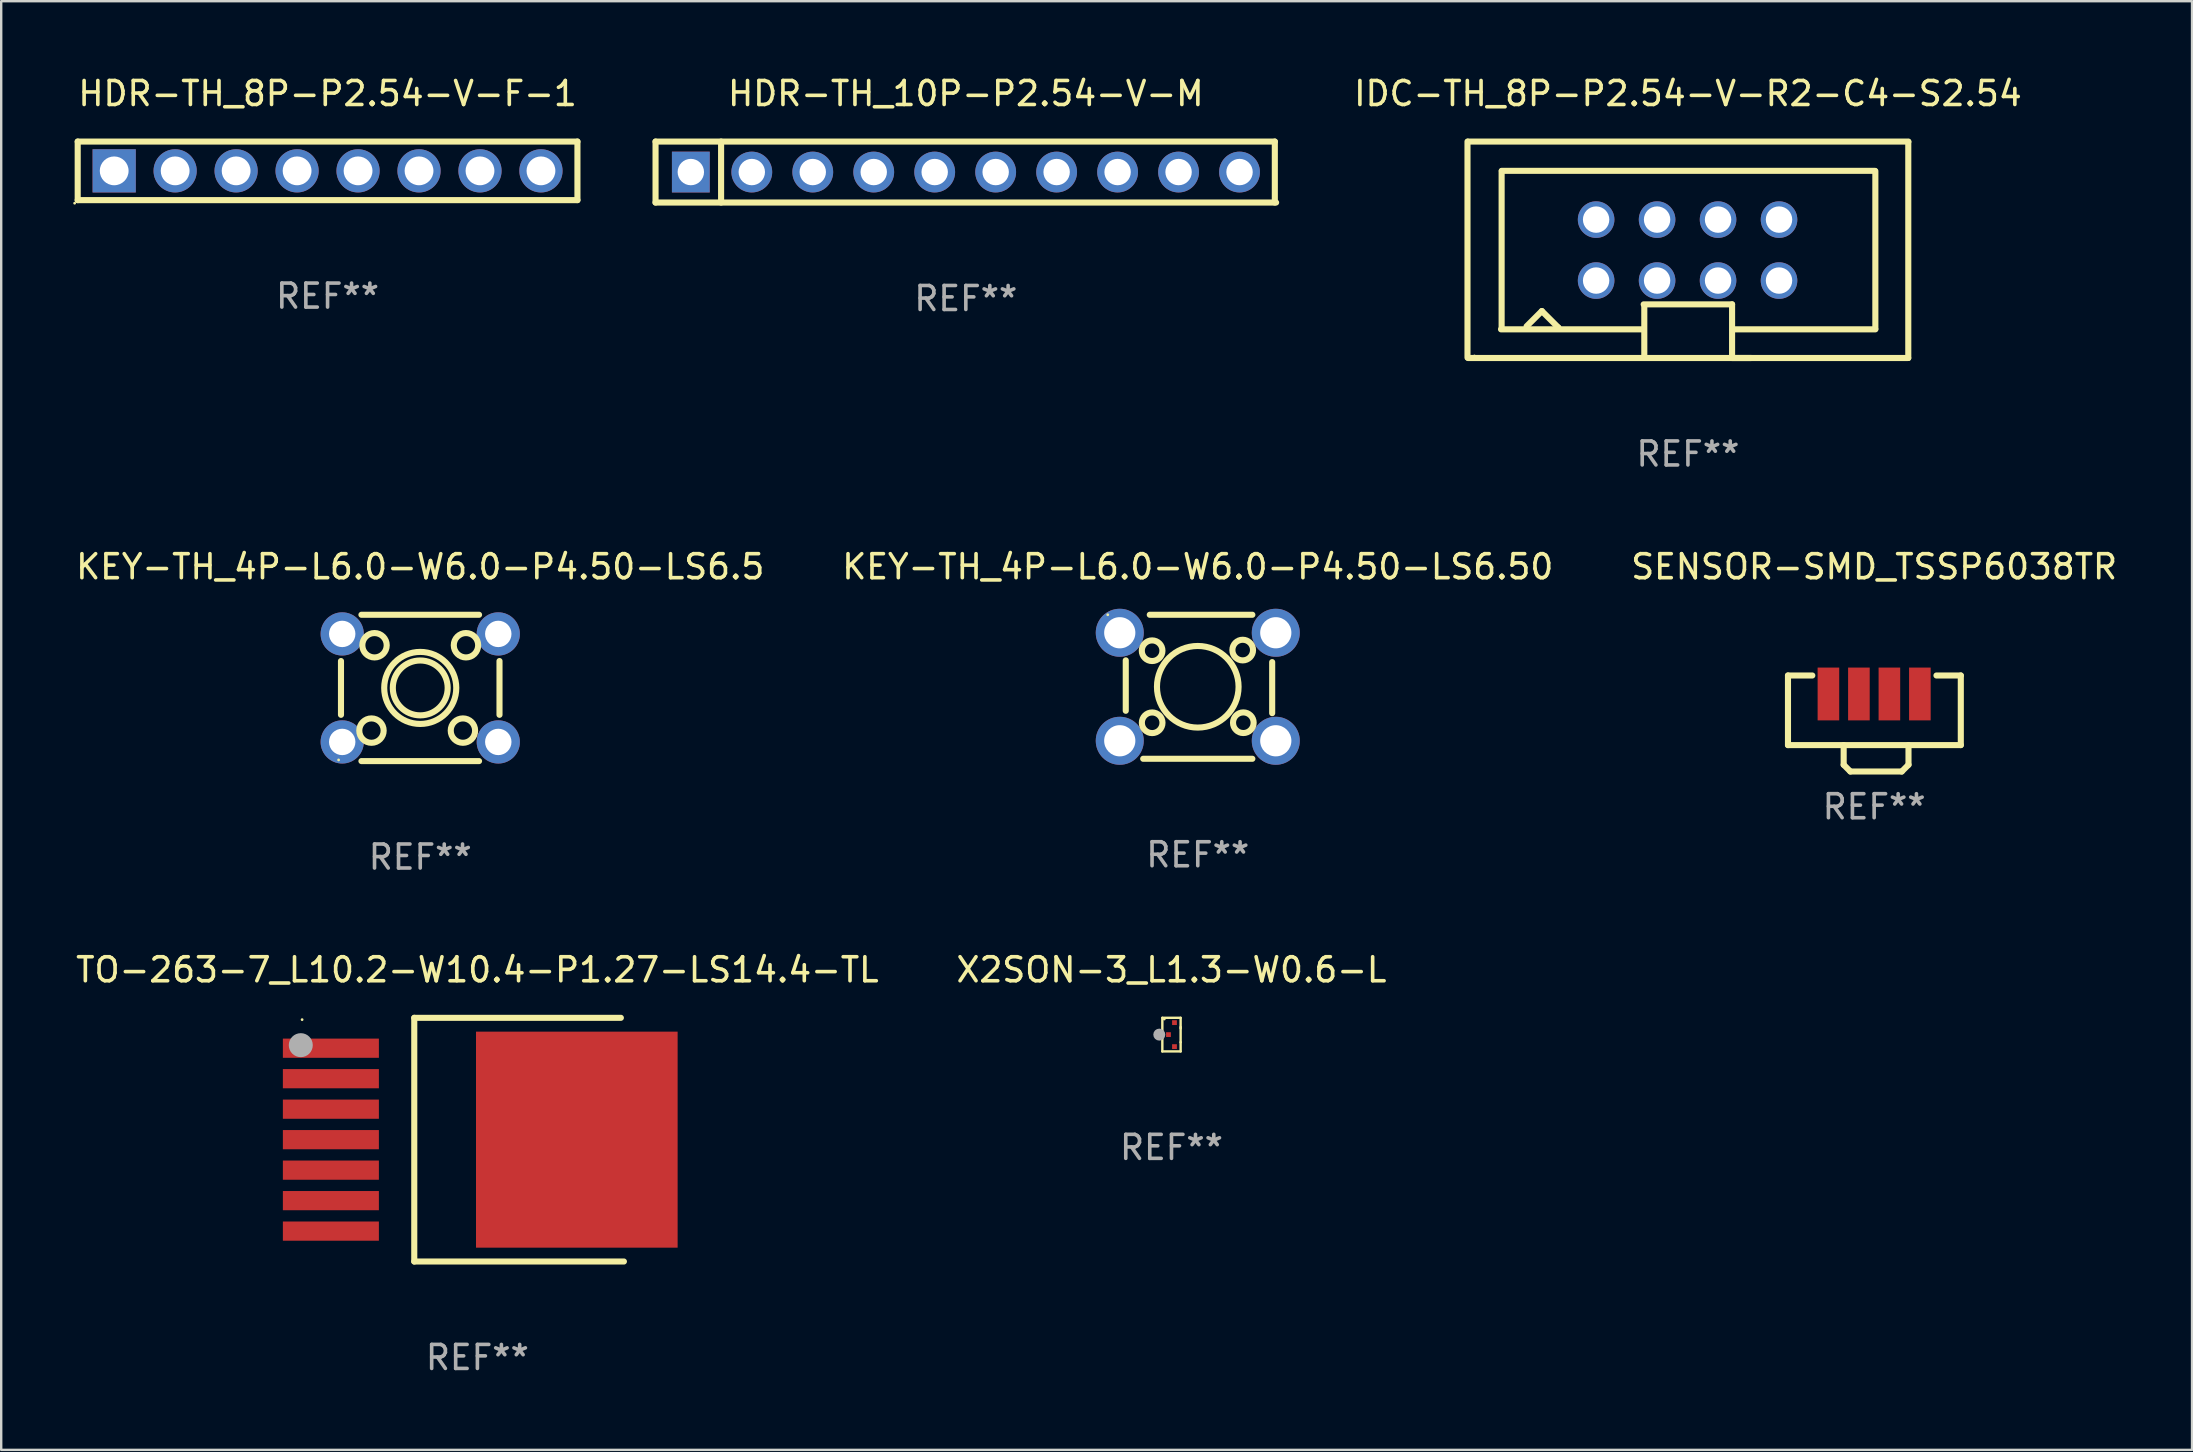
<source format=kicad_pcb>
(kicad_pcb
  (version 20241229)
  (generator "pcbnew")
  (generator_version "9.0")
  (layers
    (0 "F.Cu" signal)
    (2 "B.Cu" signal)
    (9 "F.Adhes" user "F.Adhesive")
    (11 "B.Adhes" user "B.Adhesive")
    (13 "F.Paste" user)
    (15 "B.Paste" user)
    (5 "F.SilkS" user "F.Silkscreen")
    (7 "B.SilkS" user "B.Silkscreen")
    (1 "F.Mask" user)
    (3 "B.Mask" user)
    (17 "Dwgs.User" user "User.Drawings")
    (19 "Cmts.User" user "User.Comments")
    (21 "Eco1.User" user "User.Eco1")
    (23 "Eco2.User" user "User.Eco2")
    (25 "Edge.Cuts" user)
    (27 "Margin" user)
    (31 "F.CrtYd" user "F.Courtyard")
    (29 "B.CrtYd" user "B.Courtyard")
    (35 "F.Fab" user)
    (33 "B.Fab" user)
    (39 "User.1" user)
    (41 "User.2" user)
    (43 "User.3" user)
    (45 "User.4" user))
  (footprint "X2SON-3_L1.3-W0.6-L"
    (layer "F.Cu")
    (at 45.756 40.054)
    (property "Reference" "X2SON-3_L1.3-W0.6-L" (at 0.000051 -2.7 0) (layer "F.SilkS") (effects (font (size 1 1) (thickness 0.15))))
    (attr through_hole)
    (fp_line (start -0.381 -0.7) (end -0.381 0.7) (stroke (width 0.1) (type solid)) (layer "F.SilkS"))
    (fp_line (start -0.381 -0.7) (end 0.381 -0.7) (stroke (width 0.1) (type solid)) (layer "F.SilkS"))
    (fp_line (start -0.381 0.7) (end 0.381 0.7) (stroke (width 0.1) (type solid)) (layer "F.SilkS"))
    (fp_line (start 0.381 -0.315) (end 0.381 0.315) (stroke (width 0.1) (type solid)) (layer "F.SilkS"))
    (fp_line (start 0.381 -0.262) (end 0.381 -0.7) (stroke (width 0.1) (type solid)) (layer "F.SilkS"))
    (fp_line (start 0.381 0.7) (end 0.381 0.315) (stroke (width 0.1) (type solid)) (layer "F.SilkS"))
    (fp_circle (center -0.3 -0.65) (end -0.27 -0.65) (stroke (width 0.06) (type solid)) (fill no) (layer "F.SilkS"))
    (fp_circle (center -0.508 -0.000127) (end -0.383 -0.000127) (stroke (width 0.25) (type solid)) (fill no) (layer "F.Fab"))
    (fp_text user "REF**" (at 0.000051 4.7 0) (layer "F.Fab") (effects (font (size 1 1) (thickness 0.15))))
    (pad "1" smd rect (at -0.125 -0.000127) (size 0.2 0.2) (layers "F.Cu" "F.Mask" "F.Paste"))
    (pad "2" smd rect (at 0.125 0.5) (size 0.2 0.2) (layers "F.Cu" "F.Mask" "F.Paste"))
    (pad "3" smd rect (at 0.125 -0.5) (size 0.2 0.2) (layers "F.Cu" "F.Mask" "F.Paste")))
  (footprint "SENSOR-SMD_TSSP6038TR"
    (layer "F.Cu")
    (at 75.03 25.862)
    (property "Reference" "SENSOR-SMD_TSSP6038TR" (at 0 -5.3 0) (layer "F.SilkS") (effects (font (size 1 1) (thickness 0.15))))
    (attr through_hole)
    (fp_line (start -3.59 -0.77) (end -2.576 -0.77) (stroke (width 0.254) (type solid)) (layer "F.SilkS"))
    (fp_line (start -3.59 2.13) (end -3.59 -0.77) (stroke (width 0.254) (type solid)) (layer "F.SilkS"))
    (fp_line (start -1.27 2.95) (end -1.27 2.13) (stroke (width 0.254) (type solid)) (layer "F.SilkS"))
    (fp_line (start -0.99 3.23) (end -1.27 2.95) (stroke (width 0.254) (type solid)) (layer "F.SilkS"))
    (fp_line (start 1.15 3.23) (end -0.99 3.23) (stroke (width 0.254) (type solid)) (layer "F.SilkS"))
    (fp_line (start 1.431 2.13) (end 1.431 2.949) (stroke (width 0.254) (type solid)) (layer "F.SilkS"))
    (fp_line (start 1.431 2.949) (end 1.15 3.23) (stroke (width 0.254) (type solid)) (layer "F.SilkS"))
    (fp_line (start 2.596 -0.77) (end 3.61 -0.77) (stroke (width 0.254) (type solid)) (layer "F.SilkS"))
    (fp_line (start 3.61 -0.77) (end 3.61 2.13) (stroke (width 0.254) (type solid)) (layer "F.SilkS"))
    (fp_line (start 3.61 2.13) (end -3.59 2.13) (stroke (width 0.254) (type solid)) (layer "F.SilkS"))
    (fp_circle (center 3.61 -0.77) (end 3.58 -0.77) (stroke (width 0.06) (type solid)) (fill no) (layer "F.SilkS"))
    (fp_text user "REF**" (at 0 4.7 0) (layer "F.Fab") (effects (font (size 1 1) (thickness 0.15))))
    (pad "1" smd rect (at -1.905 0) (size 0.9 2.2) (layers "F.Cu" "F.Mask" "F.Paste"))
    (pad "2" smd rect (at -0.635 0) (size 0.9 2.2) (layers "F.Cu" "F.Mask" "F.Paste"))
    (pad "3" smd rect (at 0.635 0) (size 0.9 2.2) (layers "F.Cu" "F.Mask" "F.Paste"))
    (pad "4" smd rect (at 1.905 0) (size 0.9 2.2) (layers "F.Cu" "F.Mask" "F.Paste")))
  (footprint "HDR-TH_8P-P2.54-V-F-1"
    (layer "F.Cu")
    (at 10.597 4.068)
    (property "Reference" "HDR-TH_8P-P2.54-V-F-1" (at 0 -3.22 0) (layer "F.SilkS") (effects (font (size 1 1) (thickness 0.15))))
    (attr through_hole)
    (fp_line (start -10.41 -1.22) (end 10.41 -1.22) (stroke (width 0.254) (type solid)) (layer "F.SilkS"))
    (fp_line (start -10.41 1.22) (end -10.41 -1.22) (stroke (width 0.254) (type solid)) (layer "F.SilkS"))
    (fp_line (start 10.41 -1.22) (end 10.41 1.22) (stroke (width 0.254) (type solid)) (layer "F.SilkS"))
    (fp_line (start 10.41 1.22) (end -10.41 1.22) (stroke (width 0.254) (type solid)) (layer "F.SilkS"))
    (fp_circle (center -10.537 1.347) (end -10.507 1.347) (stroke (width 0.06) (type solid)) (fill no) (layer "F.SilkS"))
    (fp_text user "REF**" (at 0 5.22 0) (layer "F.Fab") (effects (font (size 1 1) (thickness 0.15))))
    (pad "1" thru_hole rect (at -8.89 0) (size 1.8 1.8) (drill 1.2) (layers "*.Cu" "*.Mask"))
    (pad "2" thru_hole circle (at -6.35 0) (size 1.8 1.8) (drill 1.2) (layers "*.Cu" "*.Mask"))
    (pad "3" thru_hole circle (at -3.81 0) (size 1.8 1.8) (drill 1.2) (layers "*.Cu" "*.Mask"))
    (pad "4" thru_hole circle (at -1.27 0) (size 1.8 1.8) (drill 1.2) (layers "*.Cu" "*.Mask"))
    (pad "5" thru_hole circle (at 1.27 0) (size 1.8 1.8) (drill 1.2) (layers "*.Cu" "*.Mask"))
    (pad "6" thru_hole circle (at 3.81 0) (size 1.8 1.8) (drill 1.2) (layers "*.Cu" "*.Mask"))
    (pad "7" thru_hole circle (at 6.35 0) (size 1.8 1.8) (drill 1.2) (layers "*.Cu" "*.Mask"))
    (pad "8" thru_hole circle (at 8.89 0) (size 1.8 1.8) (drill 1.2) (layers "*.Cu" "*.Mask")))
  (footprint "HDR-TH_10P-P2.54-V-M"
    (layer "F.Cu")
    (at 37.161 4.118)
    (property "Reference" "HDR-TH_10P-P2.54-V-M" (at 0.027 -3.27 0) (layer "F.SilkS") (effects (font (size 1 1) (thickness 0.15))))
    (attr through_hole)
    (fp_line (start -12.9 -1.27) (end -12.9 1.27) (stroke (width 0.254) (type solid)) (layer "F.SilkS"))
    (fp_line (start -12.9 1.27) (end 12.954 1.27) (stroke (width 0.254) (type solid)) (layer "F.SilkS"))
    (fp_line (start -10.169 -1.27) (end -10.169 1.27) (stroke (width 0.254) (type solid)) (layer "F.SilkS"))
    (fp_line (start 12.9 -1.27) (end -12.9 -1.27) (stroke (width 0.254) (type solid)) (layer "F.SilkS"))
    (fp_line (start 12.9 -1.27) (end 12.9 1.27) (stroke (width 0.254) (type solid)) (layer "F.SilkS"))
    (fp_circle (center -12.7 1.25) (end -12.67 1.25) (stroke (width 0.06) (type solid)) (fill no) (layer "F.SilkS"))
    (fp_text user "REF**" (at 0.027 5.27 0) (layer "F.Fab") (effects (font (size 1 1) (thickness 0.15))))
    (pad "1" thru_hole rect (at -11.43 0) (size 1.575 1.7) (drill 1.1) (layers "*.Cu" "*.Mask"))
    (pad "2" thru_hole circle (at -8.89 0) (size 1.7 1.7) (drill 1.1) (layers "*.Cu" "*.Mask"))
    (pad "3" thru_hole circle (at -6.35 0) (size 1.7 1.7) (drill 1.1) (layers "*.Cu" "*.Mask"))
    (pad "4" thru_hole circle (at -3.81 0) (size 1.7 1.7) (drill 1.1) (layers "*.Cu" "*.Mask"))
    (pad "5" thru_hole circle (at -1.27 0) (size 1.7 1.7) (drill 1.1) (layers "*.Cu" "*.Mask"))
    (pad "6" thru_hole circle (at 1.27 0) (size 1.7 1.7) (drill 1.1) (layers "*.Cu" "*.Mask"))
    (pad "7" thru_hole circle (at 3.81 0) (size 1.7 1.7) (drill 1.1) (layers "*.Cu" "*.Mask"))
    (pad "8" thru_hole circle (at 6.35 0) (size 1.7 1.7) (drill 1.1) (layers "*.Cu" "*.Mask"))
    (pad "9" thru_hole circle (at 8.89 0) (size 1.7 1.7) (drill 1.1) (layers "*.Cu" "*.Mask"))
    (pad "10" thru_hole circle (at 11.43 0) (size 1.7 1.7) (drill 1.1) (layers "*.Cu" "*.Mask")))
  (footprint "KEY-TH_4P-L6.0-W6.0-P4.50-LS6.5"
    (layer "F.Cu")
    (at 14.458 25.61)
    (property "Reference" "KEY-TH_4P-L6.0-W6.0-P4.50-LS6.5" (at 0 -5.048 0) (layer "F.SilkS") (effects (font (size 1 1) (thickness 0.15))))
    (attr through_hole)
    (fp_line (start -3.302 -1.12) (end -3.302 1.12) (stroke (width 0.254) (type solid)) (layer "F.SilkS"))
    (fp_line (start -2.45 -3.048) (end 2.45 -3.048) (stroke (width 0.254) (type solid)) (layer "F.SilkS"))
    (fp_line (start -2.45 3.048) (end 2.45 3.048) (stroke (width 0.254) (type solid)) (layer "F.SilkS"))
    (fp_line (start 3.302 -1.12) (end 3.302 1.12) (stroke (width 0.254) (type solid)) (layer "F.SilkS"))
    (fp_circle (center -3.401 3) (end -3.371 3) (stroke (width 0.06) (type solid)) (fill no) (layer "F.SilkS"))
    (fp_circle (center -2.032 1.778) (end -1.524 1.778) (stroke (width 0.254) (type solid)) (fill no) (layer "F.SilkS"))
    (fp_circle (center -1.905 -1.778) (end -1.397 -1.778) (stroke (width 0.254) (type solid)) (fill no) (layer "F.SilkS"))
    (fp_circle (center 0 0) (end 1.143 0) (stroke (width 0.254) (type solid)) (fill no) (layer "F.SilkS"))
    (fp_circle (center 0 0) (end 1.501 0) (stroke (width 0.254) (type solid)) (fill no) (layer "F.SilkS"))
    (fp_circle (center 1.778 1.778) (end 2.286 1.778) (stroke (width 0.254) (type solid)) (fill no) (layer "F.SilkS"))
    (fp_circle (center 1.905 -1.778) (end 2.413 -1.778) (stroke (width 0.254) (type solid)) (fill no) (layer "F.SilkS"))
    (fp_text user "REF**" (at 0 7.048 0) (layer "F.Fab") (effects (font (size 1 1) (thickness 0.15))))
    (pad "1" thru_hole circle (at -3.251 2.25) (size 1.8 1.8) (drill 1.1) (layers "*.Cu" "*.Mask"))
    (pad "2" thru_hole circle (at 3.251 2.25) (size 1.8 1.8) (drill 1.1) (layers "*.Cu" "*.Mask"))
    (pad "3" thru_hole circle (at 3.251 -2.25) (size 1.8 1.8) (drill 1.1) (layers "*.Cu" "*.Mask"))
    (pad "4" thru_hole circle (at -3.251 -2.25) (size 1.8 1.8) (drill 1.1) (layers "*.Cu" "*.Mask")))
  (footprint "IDC-TH_8P-P2.54-V-R2-C4-S2.54"
    (layer "F.Cu")
    (at 67.257 7.369)
    (property "Reference" "IDC-TH_8P-P2.54-V-R2-C4-S2.54" (at 0.015 -6.521 0) (layer "F.SilkS") (effects (font (size 1 1) (thickness 0.15))))
    (attr through_hole)
    (fp_line (start -9.169 4.479) (end -9.169 -4.521) (stroke (width 0.254) (type solid)) (layer "F.SilkS"))
    (fp_line (start -9.144 4.496) (end 9.192 4.496) (stroke (width 0.254) (type solid)) (layer "F.SilkS"))
    (fp_line (start -9.141 -4.521) (end 9.2 -4.521) (stroke (width 0.254) (type solid)) (layer "F.SilkS"))
    (fp_line (start -7.772 3.302) (end -1.829 3.302) (stroke (width 0.254) (type solid)) (layer "F.SilkS"))
    (fp_line (start -7.747 3.277) (end -7.747 -3.293) (stroke (width 0.254) (type solid)) (layer "F.SilkS"))
    (fp_line (start -7.738 -3.302) (end 7.8 -3.302) (stroke (width 0.254) (type solid)) (layer "F.SilkS"))
    (fp_line (start -6.706 3.175) (end -6.071 2.54) (stroke (width 0.254) (type solid)) (layer "F.SilkS"))
    (fp_line (start -6.071 2.54) (end -5.385 3.226) (stroke (width 0.254) (type solid)) (layer "F.SilkS"))
    (fp_line (start -5.385 3.226) (end -5.385 3.251) (stroke (width 0.254) (type solid)) (layer "F.SilkS"))
    (fp_line (start -1.829 2.261) (end 1.854 2.261) (stroke (width 0.254) (type solid)) (layer "F.SilkS"))
    (fp_line (start -1.803 2.337) (end -1.803 4.496) (stroke (width 0.254) (type solid)) (layer "F.SilkS"))
    (fp_line (start 1.854 2.261) (end 1.854 4.496) (stroke (width 0.254) (type solid)) (layer "F.SilkS"))
    (fp_line (start 1.854 4.496) (end 2.667 4.496) (stroke (width 0.254) (type solid)) (layer "F.SilkS"))
    (fp_line (start 1.88 3.302) (end 7.823 3.302) (stroke (width 0.254) (type solid)) (layer "F.SilkS"))
    (fp_line (start 7.823 -3.293) (end 7.823 3.277) (stroke (width 0.254) (type solid)) (layer "F.SilkS"))
    (fp_line (start 9.195 -4.504) (end 9.195 4.496) (stroke (width 0.254) (type solid)) (layer "F.SilkS"))
    (fp_circle (center -8.879 4.412) (end -8.849 4.412) (stroke (width 0.06) (type solid)) (fill no) (layer "F.SilkS"))
    (fp_text user "REF**" (at 0.015 8.496 0) (layer "F.Fab") (effects (font (size 1 1) (thickness 0.15))))
    (pad "1" thru_hole circle (at -3.81 1.27) (size 1.524 1.524) (drill 1.1) (layers "*.Cu" "*.Mask"))
    (pad "2" thru_hole circle (at -3.81 -1.27) (size 1.524 1.524) (drill 1.1) (layers "*.Cu" "*.Mask"))
    (pad "3" thru_hole circle (at -1.27 1.27) (size 1.524 1.524) (drill 1.1) (layers "*.Cu" "*.Mask"))
    (pad "4" thru_hole circle (at -1.27 -1.27) (size 1.524 1.524) (drill 1.1) (layers "*.Cu" "*.Mask"))
    (pad "5" thru_hole circle (at 1.27 1.27) (size 1.524 1.524) (drill 1.1) (layers "*.Cu" "*.Mask"))
    (pad "6" thru_hole circle (at 1.27 -1.27) (size 1.524 1.524) (drill 1.1) (layers "*.Cu" "*.Mask"))
    (pad "7" thru_hole circle (at 3.81 1.27) (size 1.524 1.524) (drill 1.1) (layers "*.Cu" "*.Mask"))
    (pad "8" thru_hole circle (at 3.81 -1.27) (size 1.524 1.524) (drill 1.1) (layers "*.Cu" "*.Mask")))
  (footprint "TO-263-7_L10.2-W10.4-P1.27-LS14.4-TL"
    (layer "F.Cu")
    (at 15.858 44.43)
    (property "Reference" "TO-263-7_L10.2-W10.4-P1.27-LS14.4-TL" (at 0.981 -7.076 0) (layer "F.SilkS") (effects (font (size 1 1) (thickness 0.15))))
    (attr through_hole)
    (fp_line (start -1.649 -5.076) (end -1.649 5.076) (stroke (width 0.254) (type solid)) (layer "F.SilkS"))
    (fp_line (start -1.649 -5.076) (end 6.958 -5.076) (stroke (width 0.254) (type solid)) (layer "F.SilkS"))
    (fp_line (start -1.649 5.076) (end 7.085 5.076) (stroke (width 0.254) (type solid)) (layer "F.SilkS"))
    (fp_circle (center -6.322 -5) (end -6.292 -5) (stroke (width 0.06) (type solid)) (fill no) (layer "F.SilkS"))
    (fp_circle (center -6.377 -3.937) (end -6.127 -3.937) (stroke (width 0.5) (type solid)) (fill no) (layer "F.Fab"))
    (fp_text user "REF**" (at 0.981 9.076 0) (layer "F.Fab") (effects (font (size 1 1) (thickness 0.15))))
    (pad "1" smd rect (at -5.123 -3.81) (size 4 0.8) (layers "F.Cu" "F.Mask" "F.Paste"))
    (pad "2" smd rect (at -5.123 -2.54) (size 4 0.8) (layers "F.Cu" "F.Mask" "F.Paste"))
    (pad "3" smd rect (at -5.123 -1.27) (size 4 0.8) (layers "F.Cu" "F.Mask" "F.Paste"))
    (pad "4" smd rect (at -5.123 0) (size 4 0.8) (layers "F.Cu" "F.Mask" "F.Paste"))
    (pad "5" smd rect (at -5.123 1.27) (size 4 0.8) (layers "F.Cu" "F.Mask" "F.Paste"))
    (pad "6" smd rect (at -5.123 2.54) (size 4 0.8) (layers "F.Cu" "F.Mask" "F.Paste"))
    (pad "7" smd rect (at -5.123 3.81) (size 4 0.8) (layers "F.Cu" "F.Mask" "F.Paste"))
    (pad "8" smd rect (at 5.123 0) (size 8.4 9) (layers "F.Cu" "F.Mask" "F.Paste")))
  (footprint "KEY-TH_4P-L6.0-W6.0-P4.50-LS6.50"
    (layer "F.Cu")
    (at 46.851 25.562)
    (property "Reference" "KEY-TH_4P-L6.0-W6.0-P4.50-LS6.50" (at 0 -5 0) (layer "F.SilkS") (effects (font (size 1 1) (thickness 0.15))))
    (attr through_hole)
    (fp_line (start -3 -1.1) (end -3 1) (stroke (width 0.254) (type solid)) (layer "F.SilkS"))
    (fp_line (start -2.274 3) (end 2.274 3) (stroke (width 0.254) (type solid)) (layer "F.SilkS"))
    (fp_line (start -2 -3) (end 2.274 -3) (stroke (width 0.254) (type solid)) (layer "F.SilkS"))
    (fp_line (start 3.1 -1.028) (end 3.1 1.1) (stroke (width 0.254) (type solid)) (layer "F.SilkS"))
    (fp_circle (center -3.75 -3) (end -3.72 -3) (stroke (width 0.06) (type solid)) (fill no) (layer "F.SilkS"))
    (fp_circle (center -1.902 -1.502) (end -1.472 -1.502) (stroke (width 0.254) (type solid)) (fill no) (layer "F.SilkS"))
    (fp_circle (center -1.9 1.5) (end -1.47 1.5) (stroke (width 0.254) (type solid)) (fill no) (layer "F.SilkS"))
    (fp_circle (center 0 0) (end 1.7 0) (stroke (width 0.254) (type solid)) (fill no) (layer "F.SilkS"))
    (fp_circle (center 1.872 -1.529) (end 2.302 -1.529) (stroke (width 0.254) (type solid)) (fill no) (layer "F.SilkS"))
    (fp_circle (center 1.898 1.498) (end 2.328 1.498) (stroke (width 0.254) (type solid)) (fill no) (layer "F.SilkS"))
    (fp_text user "REF**" (at 0 7 0) (layer "F.Fab") (effects (font (size 1 1) (thickness 0.15))))
    (pad "1" thru_hole circle (at -3.25 -2.25) (size 2 2) (drill 1.3) (layers "*.Cu" "*.Mask"))
    (pad "2" thru_hole circle (at 3.25 -2.25) (size 2 2) (drill 1.3) (layers "*.Cu" "*.Mask"))
    (pad "3" thru_hole circle (at -3.25 2.25) (size 2 2) (drill 1.3) (layers "*.Cu" "*.Mask"))
    (pad "4" thru_hole circle (at 3.25 2.25) (size 2 2) (drill 1.3) (layers "*.Cu" "*.Mask")))
  (gr_rect
    (start -3 -3)
    (end 88.274 57.355)
    (stroke (width 0.1) (type default))
    (fill no)
    (layer "Edge.Cuts")))
</source>
